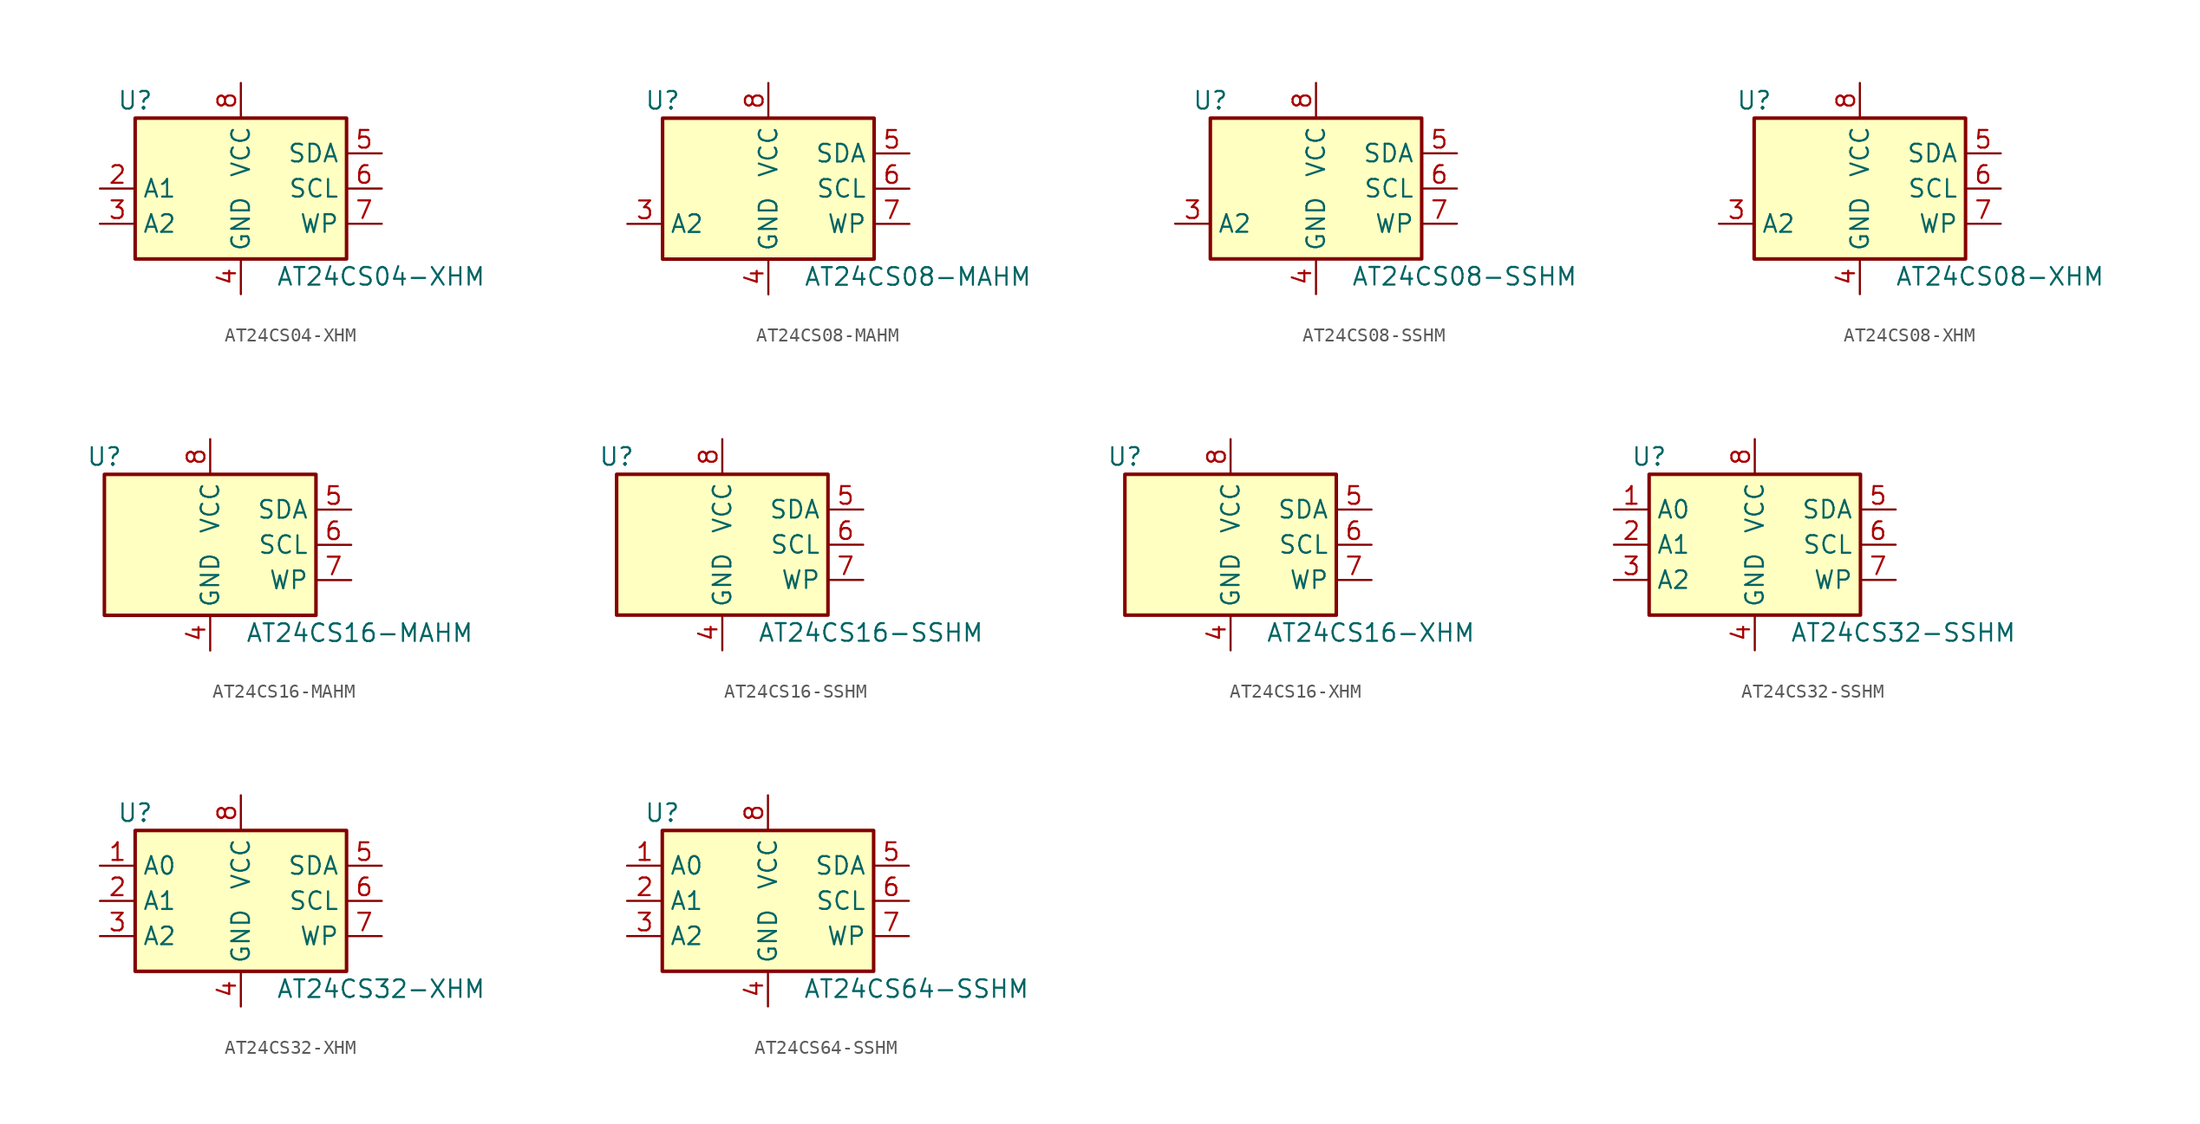
<source format=kicad_sym>
(kicad_symbol_lib
  (version 20201005)
  (generator kicad_symbol_editor)
  (symbol "Memory_EEPROM:AT24CS04-XHM"
    (property "Reference" "U"
      (at -7.62 6.35 0)
      (effects (font (size 1.27 1.27))))
    (property "Value" "AT24CS04-XHM"
      (at 2.54 -6.35 0)
      (effects (font (size 1.27 1.27)) (justify left)))
    (symbol "AT24CS04-XHM_1_1"
      (rectangle (start -7.62 5.08) (end 7.62 -5.08) (stroke (width 0.254)) (fill (type background)))
      (pin input line (at -10.16 0 0) (length 2.54) (name "A1" (effects (font (size 1.27 1.27)))) (number "2" (effects (font (size 1.27 1.27)))))
      (pin input line (at -10.16 -2.54 0) (length 2.54) (name "A2" (effects (font (size 1.27 1.27)))) (number "3" (effects (font (size 1.27 1.27)))))
      (pin power_in line (at 0 -7.62 90) (length 2.54) (name "GND" (effects (font (size 1.27 1.27)))) (number "4" (effects (font (size 1.27 1.27)))))
      (pin bidirectional line (at 10.16 2.54 180) (length 2.54) (name "SDA" (effects (font (size 1.27 1.27)))) (number "5" (effects (font (size 1.27 1.27)))))
      (pin input line (at 10.16 0 180) (length 2.54) (name "SCL" (effects (font (size 1.27 1.27)))) (number "6" (effects (font (size 1.27 1.27)))))
      (pin input line (at 10.16 -2.54 180) (length 2.54) (name "WP" (effects (font (size 1.27 1.27)))) (number "7" (effects (font (size 1.27 1.27)))))
      (pin power_in line (at 0 7.62 270) (length 2.54) (name "VCC" (effects (font (size 1.27 1.27)))) (number "8" (effects (font (size 1.27 1.27)))))))
  (symbol "Memory_EEPROM:AT24CS08-MAHM"
    (property "Reference" "U"
      (at -7.62 6.35 0)
      (effects (font (size 1.27 1.27))))
    (property "Value" "AT24CS08-MAHM"
      (at 2.54 -6.35 0)
      (effects (font (size 1.27 1.27)) (justify left)))
    (symbol "AT24CS08-MAHM_1_1"
      (rectangle (start -7.62 5.08) (end 7.62 -5.08) (stroke (width 0.254)) (fill (type background)))
      (pin input line (at -10.16 -2.54 0) (length 2.54) (name "A2" (effects (font (size 1.27 1.27)))) (number "3" (effects (font (size 1.27 1.27)))))
      (pin power_in line (at 0 -7.62 90) (length 2.54) (name "GND" (effects (font (size 1.27 1.27)))) (number "4" (effects (font (size 1.27 1.27)))))
      (pin bidirectional line (at 10.16 2.54 180) (length 2.54) (name "SDA" (effects (font (size 1.27 1.27)))) (number "5" (effects (font (size 1.27 1.27)))))
      (pin input line (at 10.16 0 180) (length 2.54) (name "SCL" (effects (font (size 1.27 1.27)))) (number "6" (effects (font (size 1.27 1.27)))))
      (pin input line (at 10.16 -2.54 180) (length 2.54) (name "WP" (effects (font (size 1.27 1.27)))) (number "7" (effects (font (size 1.27 1.27)))))
      (pin power_in line (at 0 7.62 270) (length 2.54) (name "VCC" (effects (font (size 1.27 1.27)))) (number "8" (effects (font (size 1.27 1.27)))))))
  (symbol "Memory_EEPROM:AT24CS08-SSHM"
    (property "Reference" "U"
      (at -7.62 6.35 0)
      (effects (font (size 1.27 1.27))))
    (property "Value" "AT24CS08-SSHM"
      (at 2.54 -6.35 0)
      (effects (font (size 1.27 1.27)) (justify left)))
    (symbol "AT24CS08-SSHM_1_1"
      (rectangle (start -7.62 5.08) (end 7.62 -5.08) (stroke (width 0.254)) (fill (type background)))
      (pin input line (at -10.16 -2.54 0) (length 2.54) (name "A2" (effects (font (size 1.27 1.27)))) (number "3" (effects (font (size 1.27 1.27)))))
      (pin power_in line (at 0 -7.62 90) (length 2.54) (name "GND" (effects (font (size 1.27 1.27)))) (number "4" (effects (font (size 1.27 1.27)))))
      (pin bidirectional line (at 10.16 2.54 180) (length 2.54) (name "SDA" (effects (font (size 1.27 1.27)))) (number "5" (effects (font (size 1.27 1.27)))))
      (pin input line (at 10.16 0 180) (length 2.54) (name "SCL" (effects (font (size 1.27 1.27)))) (number "6" (effects (font (size 1.27 1.27)))))
      (pin input line (at 10.16 -2.54 180) (length 2.54) (name "WP" (effects (font (size 1.27 1.27)))) (number "7" (effects (font (size 1.27 1.27)))))
      (pin power_in line (at 0 7.62 270) (length 2.54) (name "VCC" (effects (font (size 1.27 1.27)))) (number "8" (effects (font (size 1.27 1.27)))))))
  (symbol "Memory_EEPROM:AT24CS08-XHM"
    (property "Reference" "U"
      (at -7.62 6.35 0)
      (effects (font (size 1.27 1.27))))
    (property "Value" "AT24CS08-XHM"
      (at 2.54 -6.35 0)
      (effects (font (size 1.27 1.27)) (justify left)))
    (symbol "AT24CS08-XHM_1_1"
      (rectangle (start -7.62 5.08) (end 7.62 -5.08) (stroke (width 0.254)) (fill (type background)))
      (pin input line (at -10.16 -2.54 0) (length 2.54) (name "A2" (effects (font (size 1.27 1.27)))) (number "3" (effects (font (size 1.27 1.27)))))
      (pin power_in line (at 0 -7.62 90) (length 2.54) (name "GND" (effects (font (size 1.27 1.27)))) (number "4" (effects (font (size 1.27 1.27)))))
      (pin bidirectional line (at 10.16 2.54 180) (length 2.54) (name "SDA" (effects (font (size 1.27 1.27)))) (number "5" (effects (font (size 1.27 1.27)))))
      (pin input line (at 10.16 0 180) (length 2.54) (name "SCL" (effects (font (size 1.27 1.27)))) (number "6" (effects (font (size 1.27 1.27)))))
      (pin input line (at 10.16 -2.54 180) (length 2.54) (name "WP" (effects (font (size 1.27 1.27)))) (number "7" (effects (font (size 1.27 1.27)))))
      (pin power_in line (at 0 7.62 270) (length 2.54) (name "VCC" (effects (font (size 1.27 1.27)))) (number "8" (effects (font (size 1.27 1.27)))))))
  (symbol "Memory_EEPROM:AT24CS16-MAHM"
    (property "Reference" "U"
      (at -7.62 6.35 0)
      (effects (font (size 1.27 1.27))))
    (property "Value" "AT24CS16-MAHM"
      (at 2.54 -6.35 0)
      (effects (font (size 1.27 1.27)) (justify left)))
    (symbol "AT24CS16-MAHM_1_1"
      (rectangle (start -7.62 5.08) (end 7.62 -5.08) (stroke (width 0.254)) (fill (type background)))
      (pin power_in line (at 0 -7.62 90) (length 2.54) (name "GND" (effects (font (size 1.27 1.27)))) (number "4" (effects (font (size 1.27 1.27)))))
      (pin bidirectional line (at 10.16 2.54 180) (length 2.54) (name "SDA" (effects (font (size 1.27 1.27)))) (number "5" (effects (font (size 1.27 1.27)))))
      (pin input line (at 10.16 0 180) (length 2.54) (name "SCL" (effects (font (size 1.27 1.27)))) (number "6" (effects (font (size 1.27 1.27)))))
      (pin input line (at 10.16 -2.54 180) (length 2.54) (name "WP" (effects (font (size 1.27 1.27)))) (number "7" (effects (font (size 1.27 1.27)))))
      (pin power_in line (at 0 7.62 270) (length 2.54) (name "VCC" (effects (font (size 1.27 1.27)))) (number "8" (effects (font (size 1.27 1.27)))))))
  (symbol "Memory_EEPROM:AT24CS16-SSHM"
    (property "Reference" "U"
      (at -7.62 6.35 0)
      (effects (font (size 1.27 1.27))))
    (property "Value" "AT24CS16-SSHM"
      (at 2.54 -6.35 0)
      (effects (font (size 1.27 1.27)) (justify left)))
    (symbol "AT24CS16-SSHM_1_1"
      (rectangle (start -7.62 5.08) (end 7.62 -5.08) (stroke (width 0.254)) (fill (type background)))
      (pin power_in line (at 0 -7.62 90) (length 2.54) (name "GND" (effects (font (size 1.27 1.27)))) (number "4" (effects (font (size 1.27 1.27)))))
      (pin bidirectional line (at 10.16 2.54 180) (length 2.54) (name "SDA" (effects (font (size 1.27 1.27)))) (number "5" (effects (font (size 1.27 1.27)))))
      (pin input line (at 10.16 0 180) (length 2.54) (name "SCL" (effects (font (size 1.27 1.27)))) (number "6" (effects (font (size 1.27 1.27)))))
      (pin input line (at 10.16 -2.54 180) (length 2.54) (name "WP" (effects (font (size 1.27 1.27)))) (number "7" (effects (font (size 1.27 1.27)))))
      (pin power_in line (at 0 7.62 270) (length 2.54) (name "VCC" (effects (font (size 1.27 1.27)))) (number "8" (effects (font (size 1.27 1.27)))))))
  (symbol "Memory_EEPROM:AT24CS16-XHM"
    (property "Reference" "U"
      (at -7.62 6.35 0)
      (effects (font (size 1.27 1.27))))
    (property "Value" "AT24CS16-XHM"
      (at 2.54 -6.35 0)
      (effects (font (size 1.27 1.27)) (justify left)))
    (symbol "AT24CS16-XHM_1_1"
      (rectangle (start -7.62 5.08) (end 7.62 -5.08) (stroke (width 0.254)) (fill (type background)))
      (pin power_in line (at 0 -7.62 90) (length 2.54) (name "GND" (effects (font (size 1.27 1.27)))) (number "4" (effects (font (size 1.27 1.27)))))
      (pin bidirectional line (at 10.16 2.54 180) (length 2.54) (name "SDA" (effects (font (size 1.27 1.27)))) (number "5" (effects (font (size 1.27 1.27)))))
      (pin input line (at 10.16 0 180) (length 2.54) (name "SCL" (effects (font (size 1.27 1.27)))) (number "6" (effects (font (size 1.27 1.27)))))
      (pin input line (at 10.16 -2.54 180) (length 2.54) (name "WP" (effects (font (size 1.27 1.27)))) (number "7" (effects (font (size 1.27 1.27)))))
      (pin power_in line (at 0 7.62 270) (length 2.54) (name "VCC" (effects (font (size 1.27 1.27)))) (number "8" (effects (font (size 1.27 1.27)))))))
  (symbol "Memory_EEPROM:AT24CS32-SSHM"
    (property "Reference" "U"
      (at -7.62 6.35 0)
      (effects (font (size 1.27 1.27))))
    (property "Value" "AT24CS32-SSHM"
      (at 2.54 -6.35 0)
      (effects (font (size 1.27 1.27)) (justify left)))
    (symbol "AT24CS32-SSHM_1_1"
      (rectangle (start -7.62 5.08) (end 7.62 -5.08) (stroke (width 0.254)) (fill (type background)))
      (pin input line (at -10.16 2.54 0) (length 2.54) (name "A0" (effects (font (size 1.27 1.27)))) (number "1" (effects (font (size 1.27 1.27)))))
      (pin input line (at -10.16 0 0) (length 2.54) (name "A1" (effects (font (size 1.27 1.27)))) (number "2" (effects (font (size 1.27 1.27)))))
      (pin input line (at -10.16 -2.54 0) (length 2.54) (name "A2" (effects (font (size 1.27 1.27)))) (number "3" (effects (font (size 1.27 1.27)))))
      (pin power_in line (at 0 -7.62 90) (length 2.54) (name "GND" (effects (font (size 1.27 1.27)))) (number "4" (effects (font (size 1.27 1.27)))))
      (pin bidirectional line (at 10.16 2.54 180) (length 2.54) (name "SDA" (effects (font (size 1.27 1.27)))) (number "5" (effects (font (size 1.27 1.27)))))
      (pin input line (at 10.16 0 180) (length 2.54) (name "SCL" (effects (font (size 1.27 1.27)))) (number "6" (effects (font (size 1.27 1.27)))))
      (pin input line (at 10.16 -2.54 180) (length 2.54) (name "WP" (effects (font (size 1.27 1.27)))) (number "7" (effects (font (size 1.27 1.27)))))
      (pin power_in line (at 0 7.62 270) (length 2.54) (name "VCC" (effects (font (size 1.27 1.27)))) (number "8" (effects (font (size 1.27 1.27)))))))
  (symbol "Memory_EEPROM:AT24CS32-XHM"
    (property "Reference" "U"
      (at -7.62 6.35 0)
      (effects (font (size 1.27 1.27))))
    (property "Value" "AT24CS32-XHM"
      (at 2.54 -6.35 0)
      (effects (font (size 1.27 1.27)) (justify left)))
    (symbol "AT24CS32-XHM_1_1"
      (rectangle (start -7.62 5.08) (end 7.62 -5.08) (stroke (width 0.254)) (fill (type background)))
      (pin input line (at -10.16 2.54 0) (length 2.54) (name "A0" (effects (font (size 1.27 1.27)))) (number "1" (effects (font (size 1.27 1.27)))))
      (pin input line (at -10.16 0 0) (length 2.54) (name "A1" (effects (font (size 1.27 1.27)))) (number "2" (effects (font (size 1.27 1.27)))))
      (pin input line (at -10.16 -2.54 0) (length 2.54) (name "A2" (effects (font (size 1.27 1.27)))) (number "3" (effects (font (size 1.27 1.27)))))
      (pin power_in line (at 0 -7.62 90) (length 2.54) (name "GND" (effects (font (size 1.27 1.27)))) (number "4" (effects (font (size 1.27 1.27)))))
      (pin bidirectional line (at 10.16 2.54 180) (length 2.54) (name "SDA" (effects (font (size 1.27 1.27)))) (number "5" (effects (font (size 1.27 1.27)))))
      (pin input line (at 10.16 0 180) (length 2.54) (name "SCL" (effects (font (size 1.27 1.27)))) (number "6" (effects (font (size 1.27 1.27)))))
      (pin input line (at 10.16 -2.54 180) (length 2.54) (name "WP" (effects (font (size 1.27 1.27)))) (number "7" (effects (font (size 1.27 1.27)))))
      (pin power_in line (at 0 7.62 270) (length 2.54) (name "VCC" (effects (font (size 1.27 1.27)))) (number "8" (effects (font (size 1.27 1.27)))))))
  (symbol "Memory_EEPROM:AT24CS64-SSHM"
    (property "Reference" "U"
      (at -7.62 6.35 0)
      (effects (font (size 1.27 1.27))))
    (property "Value" "AT24CS64-SSHM"
      (at 2.54 -6.35 0)
      (effects (font (size 1.27 1.27)) (justify left)))
    (symbol "AT24CS64-SSHM_1_1"
      (rectangle (start -7.62 5.08) (end 7.62 -5.08) (stroke (width 0.254)) (fill (type background)))
      (pin input line (at -10.16 2.54 0) (length 2.54) (name "A0" (effects (font (size 1.27 1.27)))) (number "1" (effects (font (size 1.27 1.27)))))
      (pin input line (at -10.16 0 0) (length 2.54) (name "A1" (effects (font (size 1.27 1.27)))) (number "2" (effects (font (size 1.27 1.27)))))
      (pin input line (at -10.16 -2.54 0) (length 2.54) (name "A2" (effects (font (size 1.27 1.27)))) (number "3" (effects (font (size 1.27 1.27)))))
      (pin power_in line (at 0 -7.62 90) (length 2.54) (name "GND" (effects (font (size 1.27 1.27)))) (number "4" (effects (font (size 1.27 1.27)))))
      (pin bidirectional line (at 10.16 2.54 180) (length 2.54) (name "SDA" (effects (font (size 1.27 1.27)))) (number "5" (effects (font (size 1.27 1.27)))))
      (pin input line (at 10.16 0 180) (length 2.54) (name "SCL" (effects (font (size 1.27 1.27)))) (number "6" (effects (font (size 1.27 1.27)))))
      (pin input line (at 10.16 -2.54 180) (length 2.54) (name "WP" (effects (font (size 1.27 1.27)))) (number "7" (effects (font (size 1.27 1.27)))))
      (pin power_in line (at 0 7.62 270) (length 2.54) (name "VCC" (effects (font (size 1.27 1.27)))) (number "8" (effects (font (size 1.27 1.27))))))))
</source>
